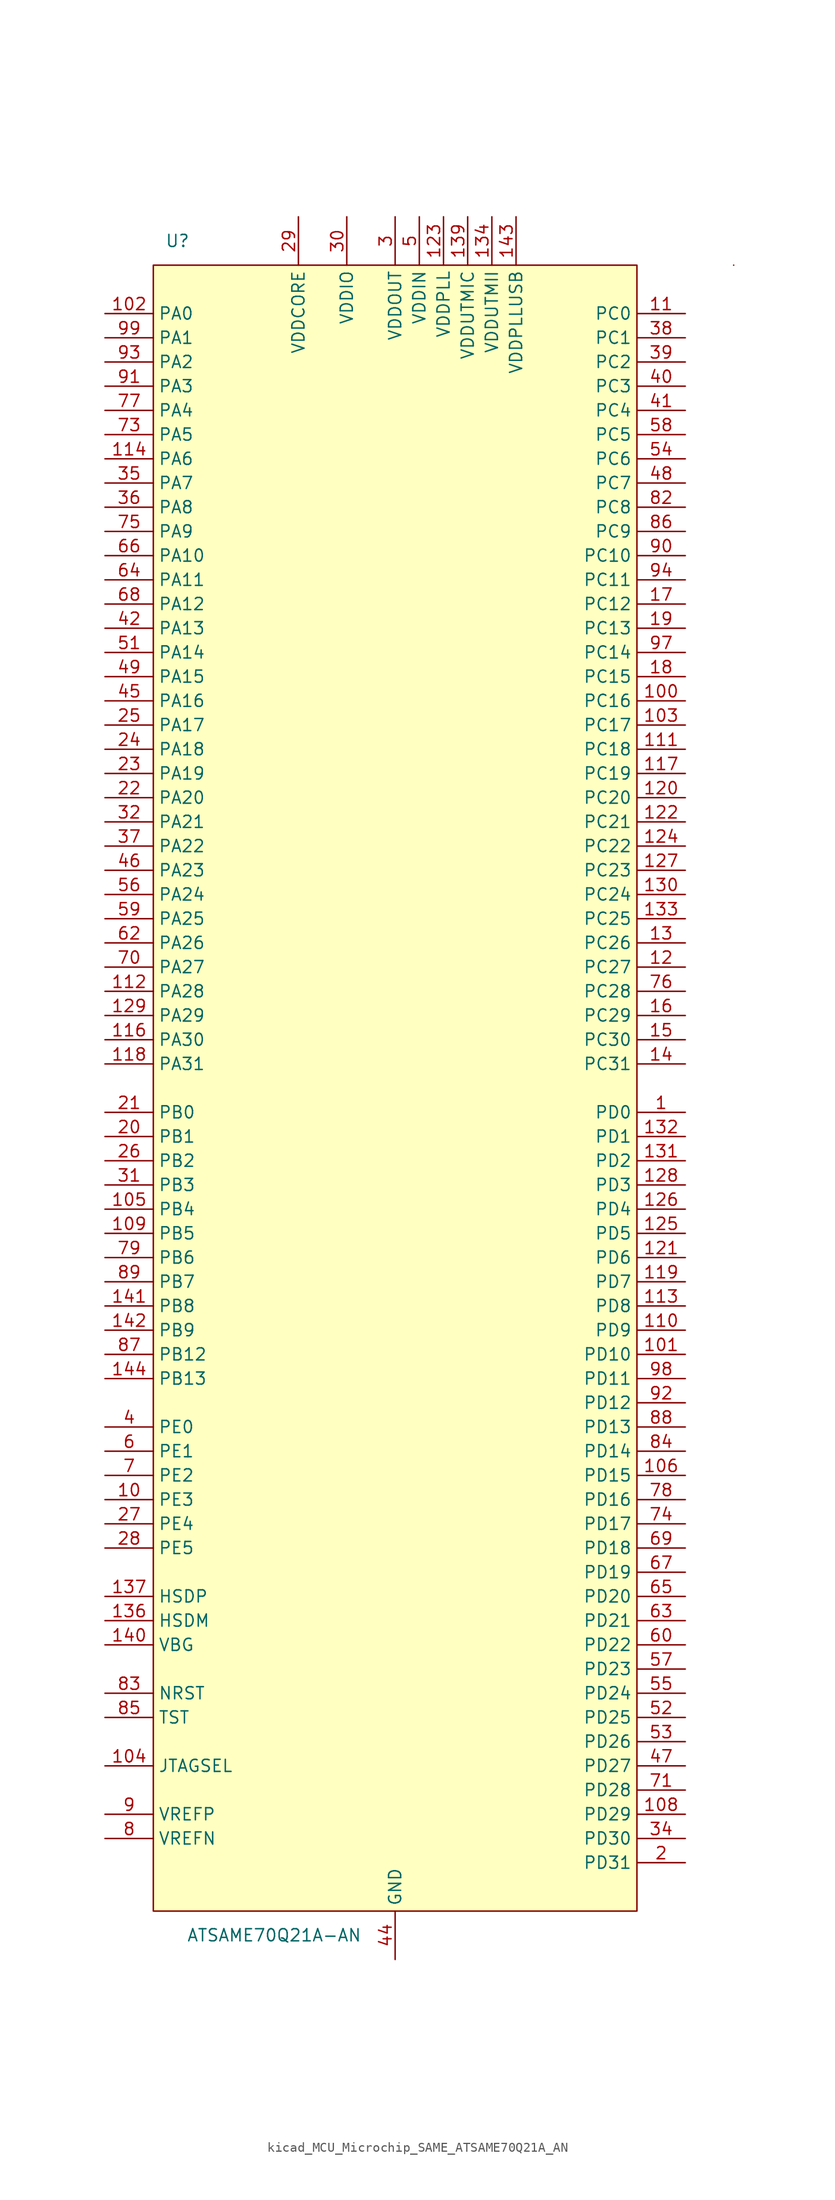
<source format=kicad_sym>
(kicad_symbol_lib
  (version 20220914)
  (generator kicad_symbol_editor)
  (symbol "kicad_MCU_Microchip_SAME_ATSAME70Q21A_AN"
    (property "Reference" "U"
      (at -22.86 88.9 0)
      (effects (font (size 1.27 1.27))))
    (property "Value" "ATSAME70Q21A-AN"
      (at -12.7 -88.9 0)
      (effects (font (size 1.27 1.27))))
    (symbol "kicad_MCU_Microchip_SAME_ATSAME70Q21A_AN_0_1"
      (rectangle (start 25.4 86.36) (end -25.4 -86.36) (stroke (width 0) (type default)) (fill (type background)))
      (rectangle (start 35.56 86.36) (end 35.56 86.36) (stroke (width 0) (type default)) (fill (type none))))
    (symbol "kicad_MCU_Microchip_SAME_ATSAME70Q21A_AN_1_1"
      (pin bidirectional line (at 30.48 -2.54 180) (length 5.08) (name "PD0" (effects (font (size 1.27 1.27)))) (number "1" (effects (font (size 1.27 1.27)))))
      (pin bidirectional line (at -30.48 -43.18 0) (length 5.08) (name "PE3" (effects (font (size 1.27 1.27)))) (number "10" (effects (font (size 1.27 1.27)))))
      (pin bidirectional line (at 30.48 40.64 180) (length 5.08) (name "PC16" (effects (font (size 1.27 1.27)))) (number "100" (effects (font (size 1.27 1.27)))))
      (pin bidirectional line (at 30.48 -27.94 180) (length 5.08) (name "PD10" (effects (font (size 1.27 1.27)))) (number "101" (effects (font (size 1.27 1.27)))))
      (pin bidirectional line (at -30.48 81.28 0) (length 5.08) (name "PA0" (effects (font (size 1.27 1.27)))) (number "102" (effects (font (size 1.27 1.27)))))
      (pin bidirectional line (at 30.48 38.1 180) (length 5.08) (name "PC17" (effects (font (size 1.27 1.27)))) (number "103" (effects (font (size 1.27 1.27)))))
      (pin input line (at -30.48 -71.12 0) (length 5.08) (name "JTAGSEL" (effects (font (size 1.27 1.27)))) (number "104" (effects (font (size 1.27 1.27)))))
      (pin bidirectional line (at -30.48 -12.7 0) (length 5.08) (name "PB4" (effects (font (size 1.27 1.27)))) (number "105" (effects (font (size 1.27 1.27)))))
      (pin bidirectional line (at 30.48 -40.64 180) (length 5.08) (name "PD15" (effects (font (size 1.27 1.27)))) (number "106" (effects (font (size 1.27 1.27)))))
      (pin passive line (at -10.16 91.44 270) (length 5.08) hide (name "VDDCORE" (effects (font (size 1.27 1.27)))) (number "107" (effects (font (size 1.27 1.27)))))
      (pin bidirectional line (at 30.48 -76.2 180) (length 5.08) (name "PD29" (effects (font (size 1.27 1.27)))) (number "108" (effects (font (size 1.27 1.27)))))
      (pin bidirectional line (at -30.48 -15.24 0) (length 5.08) (name "PB5" (effects (font (size 1.27 1.27)))) (number "109" (effects (font (size 1.27 1.27)))))
      (pin bidirectional line (at 30.48 81.28 180) (length 5.08) (name "PC0" (effects (font (size 1.27 1.27)))) (number "11" (effects (font (size 1.27 1.27)))))
      (pin bidirectional line (at 30.48 -25.4 180) (length 5.08) (name "PD9" (effects (font (size 1.27 1.27)))) (number "110" (effects (font (size 1.27 1.27)))))
      (pin bidirectional line (at 30.48 35.56 180) (length 5.08) (name "PC18" (effects (font (size 1.27 1.27)))) (number "111" (effects (font (size 1.27 1.27)))))
      (pin bidirectional line (at -30.48 10.16 0) (length 5.08) (name "PA28" (effects (font (size 1.27 1.27)))) (number "112" (effects (font (size 1.27 1.27)))))
      (pin bidirectional line (at 30.48 -22.86 180) (length 5.08) (name "PD8" (effects (font (size 1.27 1.27)))) (number "113" (effects (font (size 1.27 1.27)))))
      (pin bidirectional line (at -30.48 66.04 0) (length 5.08) (name "PA6" (effects (font (size 1.27 1.27)))) (number "114" (effects (font (size 1.27 1.27)))))
      (pin passive line (at 0 -91.44 90) (length 5.08) hide (name "GND" (effects (font (size 1.27 1.27)))) (number "115" (effects (font (size 1.27 1.27)))))
      (pin bidirectional line (at -30.48 5.08 0) (length 5.08) (name "PA30" (effects (font (size 1.27 1.27)))) (number "116" (effects (font (size 1.27 1.27)))))
      (pin bidirectional line (at 30.48 33.02 180) (length 5.08) (name "PC19" (effects (font (size 1.27 1.27)))) (number "117" (effects (font (size 1.27 1.27)))))
      (pin bidirectional line (at -30.48 2.54 0) (length 5.08) (name "PA31" (effects (font (size 1.27 1.27)))) (number "118" (effects (font (size 1.27 1.27)))))
      (pin bidirectional line (at 30.48 -20.32 180) (length 5.08) (name "PD7" (effects (font (size 1.27 1.27)))) (number "119" (effects (font (size 1.27 1.27)))))
      (pin bidirectional line (at 30.48 12.7 180) (length 5.08) (name "PC27" (effects (font (size 1.27 1.27)))) (number "12" (effects (font (size 1.27 1.27)))))
      (pin bidirectional line (at 30.48 30.48 180) (length 5.08) (name "PC20" (effects (font (size 1.27 1.27)))) (number "120" (effects (font (size 1.27 1.27)))))
      (pin bidirectional line (at 30.48 -17.78 180) (length 5.08) (name "PD6" (effects (font (size 1.27 1.27)))) (number "121" (effects (font (size 1.27 1.27)))))
      (pin bidirectional line (at 30.48 27.94 180) (length 5.08) (name "PC21" (effects (font (size 1.27 1.27)))) (number "122" (effects (font (size 1.27 1.27)))))
      (pin power_in line (at 5.08 91.44 270) (length 5.08) (name "VDDPLL" (effects (font (size 1.27 1.27)))) (number "123" (effects (font (size 1.27 1.27)))))
      (pin bidirectional line (at 30.48 25.4 180) (length 5.08) (name "PC22" (effects (font (size 1.27 1.27)))) (number "124" (effects (font (size 1.27 1.27)))))
      (pin bidirectional line (at 30.48 -15.24 180) (length 5.08) (name "PD5" (effects (font (size 1.27 1.27)))) (number "125" (effects (font (size 1.27 1.27)))))
      (pin bidirectional line (at 30.48 -12.7 180) (length 5.08) (name "PD4" (effects (font (size 1.27 1.27)))) (number "126" (effects (font (size 1.27 1.27)))))
      (pin bidirectional line (at 30.48 22.86 180) (length 5.08) (name "PC23" (effects (font (size 1.27 1.27)))) (number "127" (effects (font (size 1.27 1.27)))))
      (pin bidirectional line (at 30.48 -10.16 180) (length 5.08) (name "PD3" (effects (font (size 1.27 1.27)))) (number "128" (effects (font (size 1.27 1.27)))))
      (pin bidirectional line (at -30.48 7.62 0) (length 5.08) (name "PA29" (effects (font (size 1.27 1.27)))) (number "129" (effects (font (size 1.27 1.27)))))
      (pin bidirectional line (at 30.48 15.24 180) (length 5.08) (name "PC26" (effects (font (size 1.27 1.27)))) (number "13" (effects (font (size 1.27 1.27)))))
      (pin bidirectional line (at 30.48 20.32 180) (length 5.08) (name "PC24" (effects (font (size 1.27 1.27)))) (number "130" (effects (font (size 1.27 1.27)))))
      (pin bidirectional line (at 30.48 -7.62 180) (length 5.08) (name "PD2" (effects (font (size 1.27 1.27)))) (number "131" (effects (font (size 1.27 1.27)))))
      (pin bidirectional line (at 30.48 -5.08 180) (length 5.08) (name "PD1" (effects (font (size 1.27 1.27)))) (number "132" (effects (font (size 1.27 1.27)))))
      (pin bidirectional line (at 30.48 17.78 180) (length 5.08) (name "PC25" (effects (font (size 1.27 1.27)))) (number "133" (effects (font (size 1.27 1.27)))))
      (pin power_in line (at 10.16 91.44 270) (length 5.08) (name "VDDUTMII" (effects (font (size 1.27 1.27)))) (number "134" (effects (font (size 1.27 1.27)))))
      (pin passive line (at 0 -91.44 90) (length 5.08) hide (name "GND" (effects (font (size 1.27 1.27)))) (number "135" (effects (font (size 1.27 1.27)))))
      (pin bidirectional line (at -30.48 -55.88 0) (length 5.08) (name "HSDM" (effects (font (size 1.27 1.27)))) (number "136" (effects (font (size 1.27 1.27)))))
      (pin bidirectional line (at -30.48 -53.34 0) (length 5.08) (name "HSDP" (effects (font (size 1.27 1.27)))) (number "137" (effects (font (size 1.27 1.27)))))
      (pin passive line (at 0 -91.44 90) (length 5.08) hide (name "GND" (effects (font (size 1.27 1.27)))) (number "138" (effects (font (size 1.27 1.27)))))
      (pin power_in line (at 7.62 91.44 270) (length 5.08) (name "VDDUTMIC" (effects (font (size 1.27 1.27)))) (number "139" (effects (font (size 1.27 1.27)))))
      (pin bidirectional line (at 30.48 2.54 180) (length 5.08) (name "PC31" (effects (font (size 1.27 1.27)))) (number "14" (effects (font (size 1.27 1.27)))))
      (pin input line (at -30.48 -58.42 0) (length 5.08) (name "VBG" (effects (font (size 1.27 1.27)))) (number "140" (effects (font (size 1.27 1.27)))))
      (pin bidirectional line (at -30.48 -22.86 0) (length 5.08) (name "PB8" (effects (font (size 1.27 1.27)))) (number "141" (effects (font (size 1.27 1.27)))))
      (pin bidirectional line (at -30.48 -25.4 0) (length 5.08) (name "PB9" (effects (font (size 1.27 1.27)))) (number "142" (effects (font (size 1.27 1.27)))))
      (pin power_in line (at 12.7 91.44 270) (length 5.08) (name "VDDPLLUSB" (effects (font (size 1.27 1.27)))) (number "143" (effects (font (size 1.27 1.27)))))
      (pin bidirectional line (at -30.48 -30.48 0) (length 5.08) (name "PB13" (effects (font (size 1.27 1.27)))) (number "144" (effects (font (size 1.27 1.27)))))
      (pin bidirectional line (at 30.48 5.08 180) (length 5.08) (name "PC30" (effects (font (size 1.27 1.27)))) (number "15" (effects (font (size 1.27 1.27)))))
      (pin bidirectional line (at 30.48 7.62 180) (length 5.08) (name "PC29" (effects (font (size 1.27 1.27)))) (number "16" (effects (font (size 1.27 1.27)))))
      (pin bidirectional line (at 30.48 50.8 180) (length 5.08) (name "PC12" (effects (font (size 1.27 1.27)))) (number "17" (effects (font (size 1.27 1.27)))))
      (pin bidirectional line (at 30.48 43.18 180) (length 5.08) (name "PC15" (effects (font (size 1.27 1.27)))) (number "18" (effects (font (size 1.27 1.27)))))
      (pin bidirectional line (at 30.48 48.26 180) (length 5.08) (name "PC13" (effects (font (size 1.27 1.27)))) (number "19" (effects (font (size 1.27 1.27)))))
      (pin bidirectional line (at 30.48 -81.28 180) (length 5.08) (name "PD31" (effects (font (size 1.27 1.27)))) (number "2" (effects (font (size 1.27 1.27)))))
      (pin bidirectional line (at -30.48 -5.08 0) (length 5.08) (name "PB1" (effects (font (size 1.27 1.27)))) (number "20" (effects (font (size 1.27 1.27)))))
      (pin bidirectional line (at -30.48 -2.54 0) (length 5.08) (name "PB0" (effects (font (size 1.27 1.27)))) (number "21" (effects (font (size 1.27 1.27)))))
      (pin bidirectional line (at -30.48 30.48 0) (length 5.08) (name "PA20" (effects (font (size 1.27 1.27)))) (number "22" (effects (font (size 1.27 1.27)))))
      (pin bidirectional line (at -30.48 33.02 0) (length 5.08) (name "PA19" (effects (font (size 1.27 1.27)))) (number "23" (effects (font (size 1.27 1.27)))))
      (pin bidirectional line (at -30.48 35.56 0) (length 5.08) (name "PA18" (effects (font (size 1.27 1.27)))) (number "24" (effects (font (size 1.27 1.27)))))
      (pin bidirectional line (at -30.48 38.1 0) (length 5.08) (name "PA17" (effects (font (size 1.27 1.27)))) (number "25" (effects (font (size 1.27 1.27)))))
      (pin bidirectional line (at -30.48 -7.62 0) (length 5.08) (name "PB2" (effects (font (size 1.27 1.27)))) (number "26" (effects (font (size 1.27 1.27)))))
      (pin bidirectional line (at -30.48 -45.72 0) (length 5.08) (name "PE4" (effects (font (size 1.27 1.27)))) (number "27" (effects (font (size 1.27 1.27)))))
      (pin bidirectional line (at -30.48 -48.26 0) (length 5.08) (name "PE5" (effects (font (size 1.27 1.27)))) (number "28" (effects (font (size 1.27 1.27)))))
      (pin power_in line (at -10.16 91.44 270) (length 5.08) (name "VDDCORE" (effects (font (size 1.27 1.27)))) (number "29" (effects (font (size 1.27 1.27)))))
      (pin power_in line (at 0 91.44 270) (length 5.08) (name "VDDOUT" (effects (font (size 1.27 1.27)))) (number "3" (effects (font (size 1.27 1.27)))))
      (pin power_in line (at -5.08 91.44 270) (length 5.08) (name "VDDIO" (effects (font (size 1.27 1.27)))) (number "30" (effects (font (size 1.27 1.27)))))
      (pin bidirectional line (at -30.48 -10.16 0) (length 5.08) (name "PB3" (effects (font (size 1.27 1.27)))) (number "31" (effects (font (size 1.27 1.27)))))
      (pin bidirectional line (at -30.48 27.94 0) (length 5.08) (name "PA21" (effects (font (size 1.27 1.27)))) (number "32" (effects (font (size 1.27 1.27)))))
      (pin passive line (at -10.16 91.44 270) (length 5.08) hide (name "VDDCORE" (effects (font (size 1.27 1.27)))) (number "33" (effects (font (size 1.27 1.27)))))
      (pin bidirectional line (at 30.48 -78.74 180) (length 5.08) (name "PD30" (effects (font (size 1.27 1.27)))) (number "34" (effects (font (size 1.27 1.27)))))
      (pin bidirectional line (at -30.48 63.5 0) (length 5.08) (name "PA7" (effects (font (size 1.27 1.27)))) (number "35" (effects (font (size 1.27 1.27)))))
      (pin bidirectional line (at -30.48 60.96 0) (length 5.08) (name "PA8" (effects (font (size 1.27 1.27)))) (number "36" (effects (font (size 1.27 1.27)))))
      (pin bidirectional line (at -30.48 25.4 0) (length 5.08) (name "PA22" (effects (font (size 1.27 1.27)))) (number "37" (effects (font (size 1.27 1.27)))))
      (pin bidirectional line (at 30.48 78.74 180) (length 5.08) (name "PC1" (effects (font (size 1.27 1.27)))) (number "38" (effects (font (size 1.27 1.27)))))
      (pin bidirectional line (at 30.48 76.2 180) (length 5.08) (name "PC2" (effects (font (size 1.27 1.27)))) (number "39" (effects (font (size 1.27 1.27)))))
      (pin bidirectional line (at -30.48 -35.56 0) (length 5.08) (name "PE0" (effects (font (size 1.27 1.27)))) (number "4" (effects (font (size 1.27 1.27)))))
      (pin bidirectional line (at 30.48 73.66 180) (length 5.08) (name "PC3" (effects (font (size 1.27 1.27)))) (number "40" (effects (font (size 1.27 1.27)))))
      (pin bidirectional line (at 30.48 71.12 180) (length 5.08) (name "PC4" (effects (font (size 1.27 1.27)))) (number "41" (effects (font (size 1.27 1.27)))))
      (pin bidirectional line (at -30.48 48.26 0) (length 5.08) (name "PA13" (effects (font (size 1.27 1.27)))) (number "42" (effects (font (size 1.27 1.27)))))
      (pin passive line (at -5.08 91.44 270) (length 5.08) hide (name "VDDIO" (effects (font (size 1.27 1.27)))) (number "43" (effects (font (size 1.27 1.27)))))
      (pin power_in line (at 0 -91.44 90) (length 5.08) (name "GND" (effects (font (size 1.27 1.27)))) (number "44" (effects (font (size 1.27 1.27)))))
      (pin bidirectional line (at -30.48 40.64 0) (length 5.08) (name "PA16" (effects (font (size 1.27 1.27)))) (number "45" (effects (font (size 1.27 1.27)))))
      (pin bidirectional line (at -30.48 22.86 0) (length 5.08) (name "PA23" (effects (font (size 1.27 1.27)))) (number "46" (effects (font (size 1.27 1.27)))))
      (pin bidirectional line (at 30.48 -71.12 180) (length 5.08) (name "PD27" (effects (font (size 1.27 1.27)))) (number "47" (effects (font (size 1.27 1.27)))))
      (pin bidirectional line (at 30.48 63.5 180) (length 5.08) (name "PC7" (effects (font (size 1.27 1.27)))) (number "48" (effects (font (size 1.27 1.27)))))
      (pin bidirectional line (at -30.48 43.18 0) (length 5.08) (name "PA15" (effects (font (size 1.27 1.27)))) (number "49" (effects (font (size 1.27 1.27)))))
      (pin power_in line (at 2.54 91.44 270) (length 5.08) (name "VDDIN" (effects (font (size 1.27 1.27)))) (number "5" (effects (font (size 1.27 1.27)))))
      (pin passive line (at -10.16 91.44 270) (length 5.08) hide (name "VDDCORE" (effects (font (size 1.27 1.27)))) (number "50" (effects (font (size 1.27 1.27)))))
      (pin bidirectional line (at -30.48 45.72 0) (length 5.08) (name "PA14" (effects (font (size 1.27 1.27)))) (number "51" (effects (font (size 1.27 1.27)))))
      (pin bidirectional line (at 30.48 -66.04 180) (length 5.08) (name "PD25" (effects (font (size 1.27 1.27)))) (number "52" (effects (font (size 1.27 1.27)))))
      (pin bidirectional line (at 30.48 -68.58 180) (length 5.08) (name "PD26" (effects (font (size 1.27 1.27)))) (number "53" (effects (font (size 1.27 1.27)))))
      (pin bidirectional line (at 30.48 66.04 180) (length 5.08) (name "PC6" (effects (font (size 1.27 1.27)))) (number "54" (effects (font (size 1.27 1.27)))))
      (pin bidirectional line (at 30.48 -63.5 180) (length 5.08) (name "PD24" (effects (font (size 1.27 1.27)))) (number "55" (effects (font (size 1.27 1.27)))))
      (pin bidirectional line (at -30.48 20.32 0) (length 5.08) (name "PA24" (effects (font (size 1.27 1.27)))) (number "56" (effects (font (size 1.27 1.27)))))
      (pin bidirectional line (at 30.48 -60.96 180) (length 5.08) (name "PD23" (effects (font (size 1.27 1.27)))) (number "57" (effects (font (size 1.27 1.27)))))
      (pin bidirectional line (at 30.48 68.58 180) (length 5.08) (name "PC5" (effects (font (size 1.27 1.27)))) (number "58" (effects (font (size 1.27 1.27)))))
      (pin bidirectional line (at -30.48 17.78 0) (length 5.08) (name "PA25" (effects (font (size 1.27 1.27)))) (number "59" (effects (font (size 1.27 1.27)))))
      (pin bidirectional line (at -30.48 -38.1 0) (length 5.08) (name "PE1" (effects (font (size 1.27 1.27)))) (number "6" (effects (font (size 1.27 1.27)))))
      (pin bidirectional line (at 30.48 -58.42 180) (length 5.08) (name "PD22" (effects (font (size 1.27 1.27)))) (number "60" (effects (font (size 1.27 1.27)))))
      (pin passive line (at 0 -91.44 90) (length 5.08) hide (name "GND" (effects (font (size 1.27 1.27)))) (number "61" (effects (font (size 1.27 1.27)))))
      (pin bidirectional line (at -30.48 15.24 0) (length 5.08) (name "PA26" (effects (font (size 1.27 1.27)))) (number "62" (effects (font (size 1.27 1.27)))))
      (pin bidirectional line (at 30.48 -55.88 180) (length 5.08) (name "PD21" (effects (font (size 1.27 1.27)))) (number "63" (effects (font (size 1.27 1.27)))))
      (pin bidirectional line (at -30.48 53.34 0) (length 5.08) (name "PA11" (effects (font (size 1.27 1.27)))) (number "64" (effects (font (size 1.27 1.27)))))
      (pin bidirectional line (at 30.48 -53.34 180) (length 5.08) (name "PD20" (effects (font (size 1.27 1.27)))) (number "65" (effects (font (size 1.27 1.27)))))
      (pin bidirectional line (at -30.48 55.88 0) (length 5.08) (name "PA10" (effects (font (size 1.27 1.27)))) (number "66" (effects (font (size 1.27 1.27)))))
      (pin bidirectional line (at 30.48 -50.8 180) (length 5.08) (name "PD19" (effects (font (size 1.27 1.27)))) (number "67" (effects (font (size 1.27 1.27)))))
      (pin bidirectional line (at -30.48 50.8 0) (length 5.08) (name "PA12" (effects (font (size 1.27 1.27)))) (number "68" (effects (font (size 1.27 1.27)))))
      (pin bidirectional line (at 30.48 -48.26 180) (length 5.08) (name "PD18" (effects (font (size 1.27 1.27)))) (number "69" (effects (font (size 1.27 1.27)))))
      (pin bidirectional line (at -30.48 -40.64 0) (length 5.08) (name "PE2" (effects (font (size 1.27 1.27)))) (number "7" (effects (font (size 1.27 1.27)))))
      (pin bidirectional line (at -30.48 12.7 0) (length 5.08) (name "PA27" (effects (font (size 1.27 1.27)))) (number "70" (effects (font (size 1.27 1.27)))))
      (pin bidirectional line (at 30.48 -73.66 180) (length 5.08) (name "PD28" (effects (font (size 1.27 1.27)))) (number "71" (effects (font (size 1.27 1.27)))))
      (pin passive line (at -5.08 91.44 270) (length 5.08) hide (name "VDDIO" (effects (font (size 1.27 1.27)))) (number "72" (effects (font (size 1.27 1.27)))))
      (pin bidirectional line (at -30.48 68.58 0) (length 5.08) (name "PA5" (effects (font (size 1.27 1.27)))) (number "73" (effects (font (size 1.27 1.27)))))
      (pin bidirectional line (at 30.48 -45.72 180) (length 5.08) (name "PD17" (effects (font (size 1.27 1.27)))) (number "74" (effects (font (size 1.27 1.27)))))
      (pin bidirectional line (at -30.48 58.42 0) (length 5.08) (name "PA9" (effects (font (size 1.27 1.27)))) (number "75" (effects (font (size 1.27 1.27)))))
      (pin bidirectional line (at 30.48 10.16 180) (length 5.08) (name "PC28" (effects (font (size 1.27 1.27)))) (number "76" (effects (font (size 1.27 1.27)))))
      (pin bidirectional line (at -30.48 71.12 0) (length 5.08) (name "PA4" (effects (font (size 1.27 1.27)))) (number "77" (effects (font (size 1.27 1.27)))))
      (pin bidirectional line (at 30.48 -43.18 180) (length 5.08) (name "PD16" (effects (font (size 1.27 1.27)))) (number "78" (effects (font (size 1.27 1.27)))))
      (pin bidirectional line (at -30.48 -17.78 0) (length 5.08) (name "PB6" (effects (font (size 1.27 1.27)))) (number "79" (effects (font (size 1.27 1.27)))))
      (pin bidirectional line (at -30.48 -78.74 0) (length 5.08) (name "VREFN" (effects (font (size 1.27 1.27)))) (number "8" (effects (font (size 1.27 1.27)))))
      (pin passive line (at -5.08 91.44 270) (length 5.08) hide (name "VDDIO" (effects (font (size 1.27 1.27)))) (number "80" (effects (font (size 1.27 1.27)))))
      (pin passive line (at -10.16 91.44 270) (length 5.08) hide (name "VDDCORE" (effects (font (size 1.27 1.27)))) (number "81" (effects (font (size 1.27 1.27)))))
      (pin bidirectional line (at 30.48 60.96 180) (length 5.08) (name "PC8" (effects (font (size 1.27 1.27)))) (number "82" (effects (font (size 1.27 1.27)))))
      (pin bidirectional line (at -30.48 -63.5 0) (length 5.08) (name "NRST" (effects (font (size 1.27 1.27)))) (number "83" (effects (font (size 1.27 1.27)))))
      (pin bidirectional line (at 30.48 -38.1 180) (length 5.08) (name "PD14" (effects (font (size 1.27 1.27)))) (number "84" (effects (font (size 1.27 1.27)))))
      (pin input line (at -30.48 -66.04 0) (length 5.08) (name "TST" (effects (font (size 1.27 1.27)))) (number "85" (effects (font (size 1.27 1.27)))))
      (pin bidirectional line (at 30.48 58.42 180) (length 5.08) (name "PC9" (effects (font (size 1.27 1.27)))) (number "86" (effects (font (size 1.27 1.27)))))
      (pin bidirectional line (at -30.48 -27.94 0) (length 5.08) (name "PB12" (effects (font (size 1.27 1.27)))) (number "87" (effects (font (size 1.27 1.27)))))
      (pin bidirectional line (at 30.48 -35.56 180) (length 5.08) (name "PD13" (effects (font (size 1.27 1.27)))) (number "88" (effects (font (size 1.27 1.27)))))
      (pin bidirectional line (at -30.48 -20.32 0) (length 5.08) (name "PB7" (effects (font (size 1.27 1.27)))) (number "89" (effects (font (size 1.27 1.27)))))
      (pin input line (at -30.48 -76.2 0) (length 5.08) (name "VREFP" (effects (font (size 1.27 1.27)))) (number "9" (effects (font (size 1.27 1.27)))))
      (pin bidirectional line (at 30.48 55.88 180) (length 5.08) (name "PC10" (effects (font (size 1.27 1.27)))) (number "90" (effects (font (size 1.27 1.27)))))
      (pin bidirectional line (at -30.48 73.66 0) (length 5.08) (name "PA3" (effects (font (size 1.27 1.27)))) (number "91" (effects (font (size 1.27 1.27)))))
      (pin bidirectional line (at 30.48 -33.02 180) (length 5.08) (name "PD12" (effects (font (size 1.27 1.27)))) (number "92" (effects (font (size 1.27 1.27)))))
      (pin bidirectional line (at -30.48 76.2 0) (length 5.08) (name "PA2" (effects (font (size 1.27 1.27)))) (number "93" (effects (font (size 1.27 1.27)))))
      (pin bidirectional line (at 30.48 53.34 180) (length 5.08) (name "PC11" (effects (font (size 1.27 1.27)))) (number "94" (effects (font (size 1.27 1.27)))))
      (pin passive line (at 0 -91.44 90) (length 5.08) hide (name "GND" (effects (font (size 1.27 1.27)))) (number "95" (effects (font (size 1.27 1.27)))))
      (pin passive line (at -5.08 91.44 270) (length 5.08) hide (name "VDDIO" (effects (font (size 1.27 1.27)))) (number "96" (effects (font (size 1.27 1.27)))))
      (pin bidirectional line (at 30.48 45.72 180) (length 5.08) (name "PC14" (effects (font (size 1.27 1.27)))) (number "97" (effects (font (size 1.27 1.27)))))
      (pin bidirectional line (at 30.48 -30.48 180) (length 5.08) (name "PD11" (effects (font (size 1.27 1.27)))) (number "98" (effects (font (size 1.27 1.27)))))
      (pin bidirectional line (at -30.48 78.74 0) (length 5.08) (name "PA1" (effects (font (size 1.27 1.27)))) (number "99" (effects (font (size 1.27 1.27))))))))
</source>
